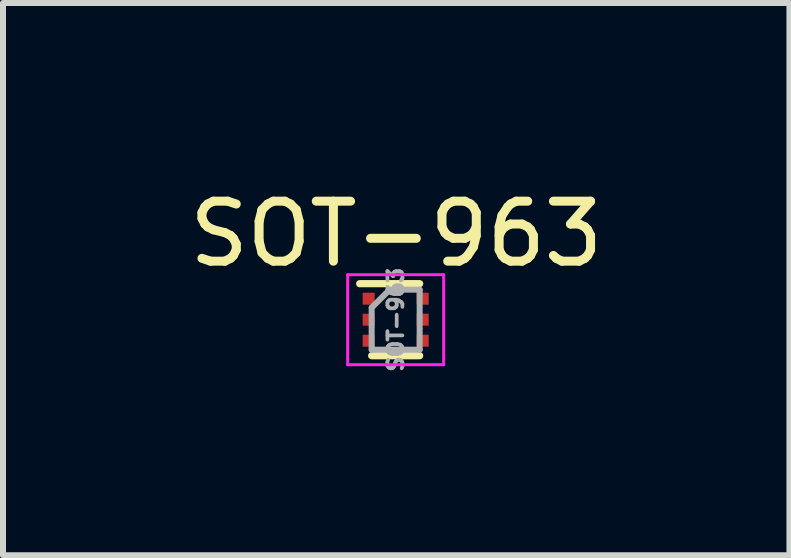
<source format=kicad_pcb>
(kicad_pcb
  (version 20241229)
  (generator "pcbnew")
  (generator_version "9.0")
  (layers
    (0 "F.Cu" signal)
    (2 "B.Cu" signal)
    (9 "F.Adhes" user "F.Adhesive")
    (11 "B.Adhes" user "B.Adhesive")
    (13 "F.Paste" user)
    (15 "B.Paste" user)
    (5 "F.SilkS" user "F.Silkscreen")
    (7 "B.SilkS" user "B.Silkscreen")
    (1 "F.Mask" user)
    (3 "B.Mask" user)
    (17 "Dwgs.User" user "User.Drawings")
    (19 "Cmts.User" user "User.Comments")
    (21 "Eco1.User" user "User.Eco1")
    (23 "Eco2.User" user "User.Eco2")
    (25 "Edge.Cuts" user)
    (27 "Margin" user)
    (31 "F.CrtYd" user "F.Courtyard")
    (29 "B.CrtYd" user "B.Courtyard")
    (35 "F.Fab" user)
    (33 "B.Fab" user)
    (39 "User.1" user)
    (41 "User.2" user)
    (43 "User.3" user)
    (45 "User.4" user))
  (footprint "SOT-963"
    (layer "F.Cu")
    (at 3.544 2.278)
    (property "Reference" "SOT-963" (at 0.01 -1.43 0) (layer "F.SilkS") (effects (font (size 1 1) (thickness 0.15))))
    (attr smd)
    (fp_line (start 0.4 -0.6) (end -0.6 -0.6) (stroke (width 0.12) (type solid)) (layer "F.SilkS"))
    (fp_line (start 0.4 0.6) (end -0.4 0.6) (stroke (width 0.12) (type solid)) (layer "F.SilkS"))
    (fp_line (start -0.8 -0.75) (end 0.8 -0.75) (stroke (width 0.05) (type solid)) (layer "F.CrtYd"))
    (fp_line (start -0.8 0.75) (end -0.8 -0.75) (stroke (width 0.05) (type solid)) (layer "F.CrtYd"))
    (fp_line (start 0.8 -0.75) (end 0.8 0.75) (stroke (width 0.05) (type solid)) (layer "F.CrtYd"))
    (fp_line (start 0.8 0.75) (end -0.8 0.75) (stroke (width 0.05) (type solid)) (layer "F.CrtYd"))
    (fp_line (start -0.4 -0.2) (end -0.1 -0.5) (stroke (width 0.1) (type solid)) (layer "F.Fab"))
    (fp_line (start -0.4 0.5) (end -0.4 -0.2) (stroke (width 0.1) (type solid)) (layer "F.Fab"))
    (fp_line (start -0.1 -0.5) (end 0.4 -0.5) (stroke (width 0.1) (type solid)) (layer "F.Fab"))
    (fp_line (start 0.4 -0.5) (end 0.4 0.5) (stroke (width 0.1) (type solid)) (layer "F.Fab"))
    (fp_line (start 0.4 0.5) (end -0.4 0.5) (stroke (width 0.1) (type solid)) (layer "F.Fab"))
    (fp_text user "${REFERENCE}" (at 0 0 90) (layer "F.Fab") (effects (font (size 0.25 0.25) (thickness 0.062))))
    (pad "1" smd rect (at -0.45 -0.35) (size 0.2 0.2) (layers "F.Cu" "F.Mask" "F.Paste"))
    (pad "2" smd rect (at -0.45 0) (size 0.2 0.2) (layers "F.Cu" "F.Mask" "F.Paste"))
    (pad "3" smd rect (at -0.45 0.35) (size 0.2 0.2) (layers "F.Cu" "F.Mask" "F.Paste"))
    (pad "4" smd rect (at 0.45 0.35) (size 0.2 0.2) (layers "F.Cu" "F.Mask" "F.Paste"))
    (pad "5" smd rect (at 0.45 0) (size 0.2 0.2) (layers "F.Cu" "F.Mask" "F.Paste"))
    (pad "6" smd rect (at 0.45 -0.35) (size 0.2 0.2) (layers "F.Cu" "F.Mask" "F.Paste")))
  (gr_rect
    (start -3 -3)
    (end 10.107 6.204)
    (stroke (width 0.1) (type default))
    (fill no)
    (layer "Edge.Cuts")))
</source>
